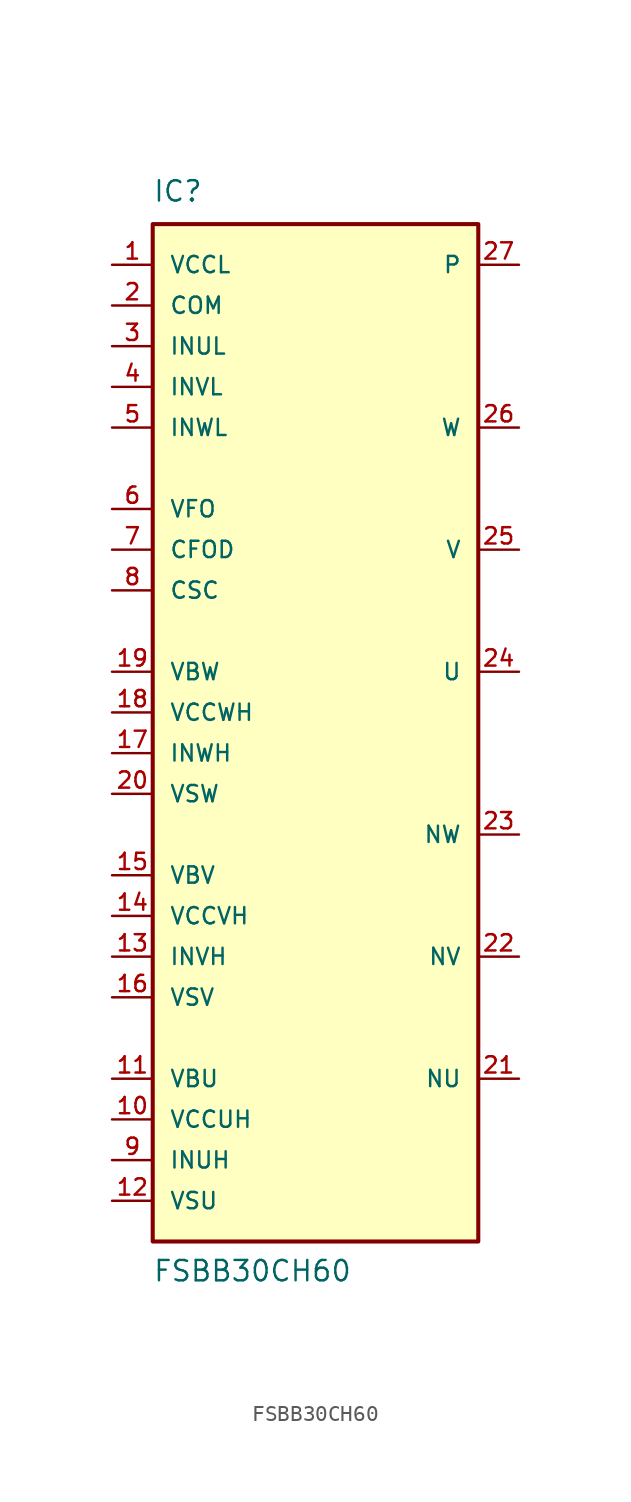
<source format=kicad_sym>
(kicad_symbol_lib
  (version 20211014)
  (generator kicad_symbol_editor)
  (symbol "FSBB30CH60"
    (pin_names
      (offset 1.016))
    (property "Reference" "IC"
      (at -10.172 31.787 0)
      (effects (font (size 1.27 1.27)) (justify bottom left)))
    (property "Value" "FSBB30CH60"
      (at -10.173 -35.605 0)
      (effects (font (size 1.27 1.27)) (justify bottom left)))
    (symbol "FSBB30CH60_0_0"
      (rectangle (start -10.16 -33.02) (end 10.16 30.48) (stroke (width 0.254)) (fill (type background)))
      (pin power_in line (at -12.7 27.94 0) (length 2.54) (name "VCCL" (effects (font (size 1.016 1.016)))) (number "1" (effects (font (size 1.016 1.016)))))
      (pin power_in line (at -12.7 25.4 0) (length 2.54) (name "COM" (effects (font (size 1.016 1.016)))) (number "2" (effects (font (size 1.016 1.016)))))
      (pin input line (at -12.7 22.86 0) (length 2.54) (name "INUL" (effects (font (size 1.016 1.016)))) (number "3" (effects (font (size 1.016 1.016)))))
      (pin input line (at -12.7 20.32 0) (length 2.54) (name "INVL" (effects (font (size 1.016 1.016)))) (number "4" (effects (font (size 1.016 1.016)))))
      (pin input line (at -12.7 17.78 0) (length 2.54) (name "INWL" (effects (font (size 1.016 1.016)))) (number "5" (effects (font (size 1.016 1.016)))))
      (pin output line (at -12.7 12.7 0) (length 2.54) (name "VFO" (effects (font (size 1.016 1.016)))) (number "6" (effects (font (size 1.016 1.016)))))
      (pin passive line (at -12.7 10.16 0) (length 2.54) (name "CFOD" (effects (font (size 1.016 1.016)))) (number "7" (effects (font (size 1.016 1.016)))))
      (pin passive line (at -12.7 7.62 0) (length 2.54) (name "CSC" (effects (font (size 1.016 1.016)))) (number "8" (effects (font (size 1.016 1.016)))))
      (pin input line (at -12.7 -27.94 0) (length 2.54) (name "INUH" (effects (font (size 1.016 1.016)))) (number "9" (effects (font (size 1.016 1.016)))))
      (pin input line (at -12.7 -25.4 0) (length 2.54) (name "VCCUH" (effects (font (size 1.016 1.016)))) (number "10" (effects (font (size 1.016 1.016)))))
      (pin input line (at -12.7 -22.86 0) (length 2.54) (name "VBU" (effects (font (size 1.016 1.016)))) (number "11" (effects (font (size 1.016 1.016)))))
      (pin input line (at -12.7 -30.48 0) (length 2.54) (name "VSU" (effects (font (size 1.016 1.016)))) (number "12" (effects (font (size 1.016 1.016)))))
      (pin input line (at -12.7 -15.24 0) (length 2.54) (name "INVH" (effects (font (size 1.016 1.016)))) (number "13" (effects (font (size 1.016 1.016)))))
      (pin input line (at -12.7 -12.7 0) (length 2.54) (name "VCCVH" (effects (font (size 1.016 1.016)))) (number "14" (effects (font (size 1.016 1.016)))))
      (pin input line (at -12.7 -10.16 0) (length 2.54) (name "VBV" (effects (font (size 1.016 1.016)))) (number "15" (effects (font (size 1.016 1.016)))))
      (pin input line (at -12.7 -17.78 0) (length 2.54) (name "VSV" (effects (font (size 1.016 1.016)))) (number "16" (effects (font (size 1.016 1.016)))))
      (pin input line (at -12.7 -2.54 0) (length 2.54) (name "INWH" (effects (font (size 1.016 1.016)))) (number "17" (effects (font (size 1.016 1.016)))))
      (pin input line (at -12.7 0.0 0) (length 2.54) (name "VCCWH" (effects (font (size 1.016 1.016)))) (number "18" (effects (font (size 1.016 1.016)))))
      (pin input line (at -12.7 2.54 0) (length 2.54) (name "VBW" (effects (font (size 1.016 1.016)))) (number "19" (effects (font (size 1.016 1.016)))))
      (pin input line (at -12.7 -5.08 0) (length 2.54) (name "VSW" (effects (font (size 1.016 1.016)))) (number "20" (effects (font (size 1.016 1.016)))))
      (pin input line (at 12.7 -22.86 180.0) (length 2.54) (name "NU" (effects (font (size 1.016 1.016)))) (number "21" (effects (font (size 1.016 1.016)))))
      (pin input line (at 12.7 -15.24 180.0) (length 2.54) (name "NV" (effects (font (size 1.016 1.016)))) (number "22" (effects (font (size 1.016 1.016)))))
      (pin input line (at 12.7 -7.62 180.0) (length 2.54) (name "NW" (effects (font (size 1.016 1.016)))) (number "23" (effects (font (size 1.016 1.016)))))
      (pin output line (at 12.7 2.54 180.0) (length 2.54) (name "U" (effects (font (size 1.016 1.016)))) (number "24" (effects (font (size 1.016 1.016)))))
      (pin output line (at 12.7 10.16 180.0) (length 2.54) (name "V" (effects (font (size 1.016 1.016)))) (number "25" (effects (font (size 1.016 1.016)))))
      (pin output line (at 12.7 17.78 180.0) (length 2.54) (name "W" (effects (font (size 1.016 1.016)))) (number "26" (effects (font (size 1.016 1.016)))))
      (pin input line (at 12.7 27.94 180.0) (length 2.54) (name "P" (effects (font (size 1.016 1.016)))) (number "27" (effects (font (size 1.016 1.016))))))))
</source>
